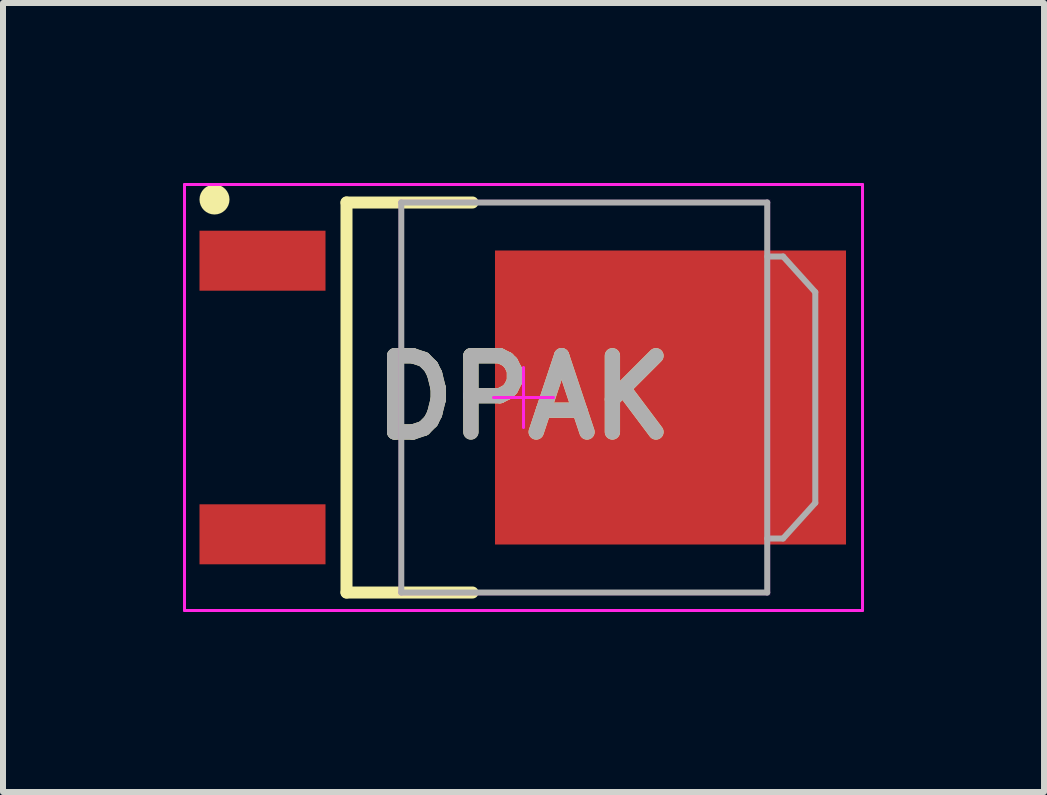
<source format=kicad_pcb>
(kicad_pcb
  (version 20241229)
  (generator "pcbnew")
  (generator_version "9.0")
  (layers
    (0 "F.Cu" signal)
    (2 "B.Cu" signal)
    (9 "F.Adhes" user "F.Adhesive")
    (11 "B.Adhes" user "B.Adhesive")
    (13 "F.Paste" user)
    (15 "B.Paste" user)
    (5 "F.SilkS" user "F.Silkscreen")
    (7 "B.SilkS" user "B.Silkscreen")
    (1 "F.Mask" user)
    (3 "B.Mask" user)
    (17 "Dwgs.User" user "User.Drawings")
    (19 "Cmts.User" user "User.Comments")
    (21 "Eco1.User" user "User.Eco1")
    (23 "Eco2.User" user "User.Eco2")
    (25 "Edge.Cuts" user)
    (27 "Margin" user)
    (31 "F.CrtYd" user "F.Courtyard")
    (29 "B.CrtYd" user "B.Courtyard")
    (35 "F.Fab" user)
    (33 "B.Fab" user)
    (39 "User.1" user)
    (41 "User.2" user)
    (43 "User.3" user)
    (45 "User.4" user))
  (footprint "DPAK"
    (layer "F.Cu")
    (at 5.675 3.575)
    (property "Reference" "DPAK" (at 0 0 0) (layer "F.SilkS") (effects (font (size 1.27 1.27) (thickness 0.254))))
    (attr smd)
    (fp_line (start -2.95 -3.25) (end -0.85 -3.25) (stroke (width 0.2) (type solid)) (layer "F.SilkS"))
    (fp_line (start -2.95 3.25) (end -2.95 -3.25) (stroke (width 0.2) (type solid)) (layer "F.SilkS"))
    (fp_line (start -0.85 3.25) (end -2.95 3.25) (stroke (width 0.2) (type solid)) (layer "F.SilkS"))
    (fp_circle (center -5.15 -3.3) (end -5.15 -3.175) (stroke (width 0.25) (type solid)) (fill no) (layer "F.SilkS"))
    (fp_line (start -5.65 -3.55) (end -5.65 3.55) (stroke (width 0.05) (type solid)) (layer "F.CrtYd"))
    (fp_line (start -5.65 3.55) (end 5.65 3.55) (stroke (width 0.05) (type solid)) (layer "F.CrtYd"))
    (fp_line (start -2.088 -3.3) (end -2.088 3.3) (stroke (width 0.001) (type solid)) (layer "F.CrtYd"))
    (fp_line (start -2.088 3.3) (end 4.112 3.3) (stroke (width 0.001) (type solid)) (layer "F.CrtYd"))
    (fp_line (start -0.5 0) (end 0.5 0) (stroke (width 0.05) (type solid)) (layer "F.CrtYd"))
    (fp_line (start 0 0.5) (end 0 -0.5) (stroke (width 0.05) (type solid)) (layer "F.CrtYd"))
    (fp_line (start 4.112 -3.3) (end -2.088 -3.3) (stroke (width 0.001) (type solid)) (layer "F.CrtYd"))
    (fp_line (start 4.112 3.3) (end 4.112 -3.3) (stroke (width 0.001) (type solid)) (layer "F.CrtYd"))
    (fp_line (start 5.65 -3.55) (end -5.65 -3.55) (stroke (width 0.05) (type solid)) (layer "F.CrtYd"))
    (fp_line (start 5.65 3.55) (end 5.65 -3.55) (stroke (width 0.05) (type solid)) (layer "F.CrtYd"))
    (fp_line (start -2.037 -3.25) (end -2.037 3.25) (stroke (width 0.1) (type solid)) (layer "F.Fab"))
    (fp_line (start -2.037 3.25) (end 4.062 3.25) (stroke (width 0.1) (type solid)) (layer "F.Fab"))
    (fp_line (start 4.062 -3.25) (end -2.037 -3.25) (stroke (width 0.1) (type solid)) (layer "F.Fab"))
    (fp_line (start 4.062 2.35) (end 4.326 2.35) (stroke (width 0.1) (type solid)) (layer "F.Fab"))
    (fp_line (start 4.062 3.25) (end 4.062 -3.25) (stroke (width 0.1) (type solid)) (layer "F.Fab"))
    (fp_line (start 4.326 2.35) (end 4.863 1.756) (stroke (width 0.1) (type solid)) (layer "F.Fab"))
    (fp_line (start 4.327 -2.35) (end 4.063 -2.35) (stroke (width 0.1) (type solid)) (layer "F.Fab"))
    (fp_line (start 4.863 -1.756) (end 4.327 -2.35) (stroke (width 0.1) (type solid)) (layer "F.Fab"))
    (fp_line (start 4.863 1.756) (end 4.863 -1.756) (stroke (width 0.1) (type solid)) (layer "F.Fab"))
    (fp_text user "${REFERENCE}" (at 0 0 0) (layer "F.Fab") (effects (font (size 1.27 1.27) (thickness 0.254))))
    (pad "1" smd rect (at -4.35 -2.28 90) (size 1 2.1) (layers "F.Cu" "F.Mask" "F.Paste"))
    (pad "3" smd rect (at -4.35 2.28 90) (size 1 2.1) (layers "F.Cu" "F.Mask" "F.Paste"))
    (pad "4" smd rect (at 2.45 0 90) (size 4.9 5.85) (layers "F.Cu" "F.Mask" "F.Paste")))
  (gr_rect
    (start -3 -3)
    (end 14.35 10.15)
    (stroke (width 0.1) (type default))
    (fill no)
    (layer "Edge.Cuts")))
</source>
